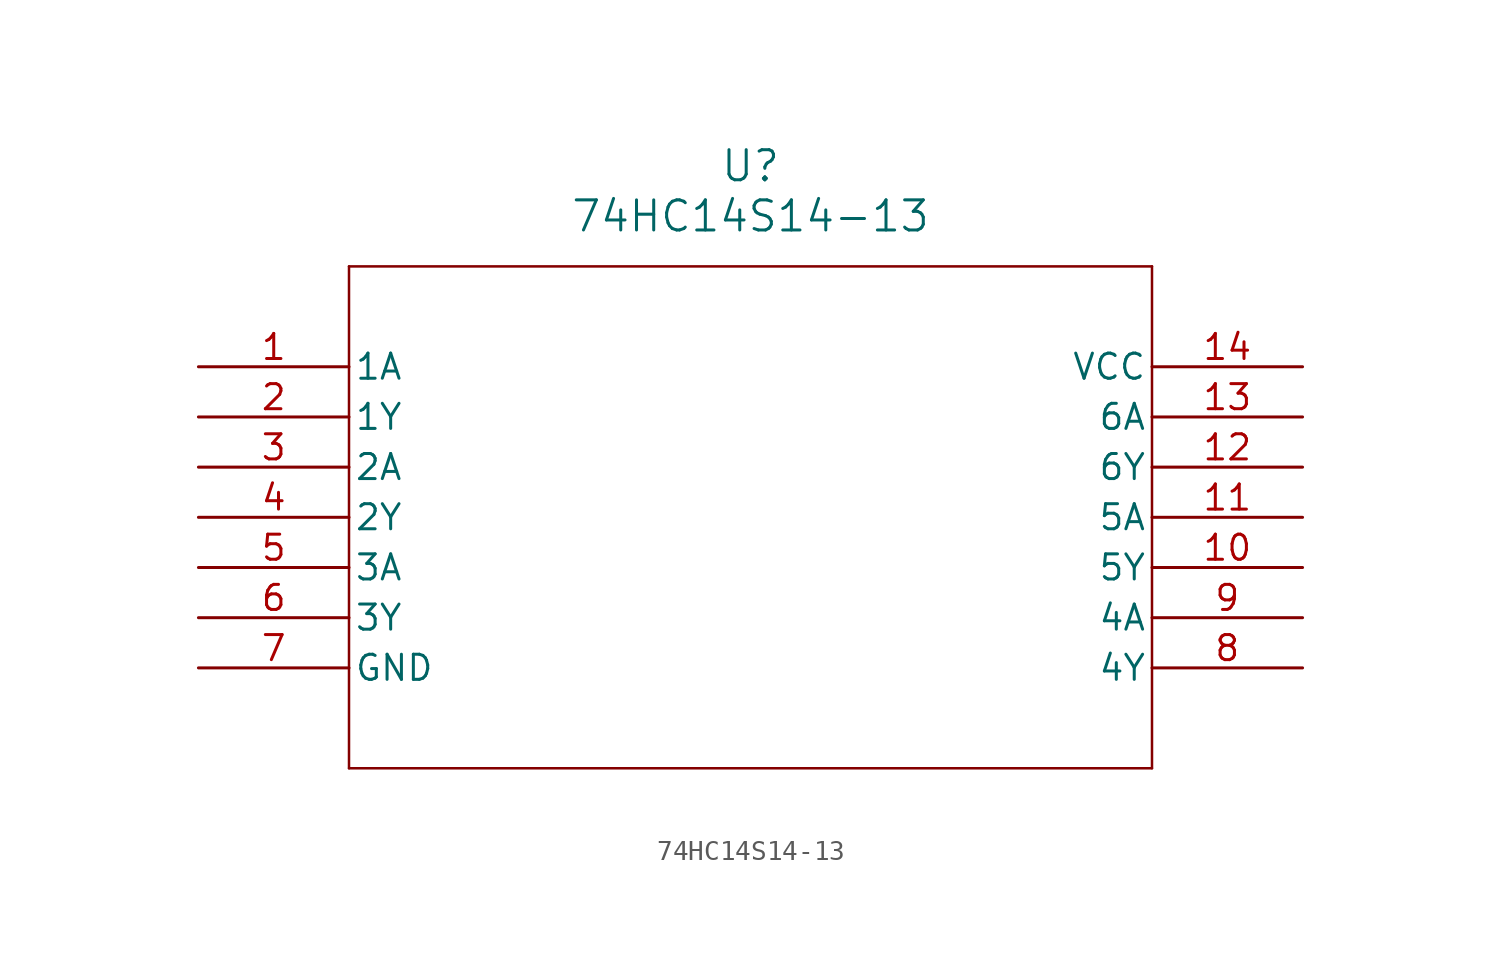
<source format=kicad_sym>
(kicad_symbol_lib
  (version 20211014)
  (generator kicad_symbol_editor)
  (symbol "74HC14S14-13"
    (pin_names
      (offset 0.254))
    (property "Reference" "U"
      (at 27.94 10.16 0)
      (effects (font (size 1.524 1.524))))
    (property "Value" "74HC14S14-13"
      (at 27.94 7.62 0)
      (effects (font (size 1.524 1.524))))
    (symbol "74HC14S14-13_0_1"
      (polyline (pts (xy 7.62 5.08) (xy 7.62 -20.32)) (stroke (width 0.127) (type default) (color 0 0 0 0)) (fill (type none)))
      (polyline (pts (xy 7.62 -20.32) (xy 48.26 -20.32)) (stroke (width 0.127) (type default) (color 0 0 0 0)) (fill (type none)))
      (polyline (pts (xy 48.26 -20.32) (xy 48.26 5.08)) (stroke (width 0.127) (type default) (color 0 0 0 0)) (fill (type none)))
      (polyline (pts (xy 48.26 5.08) (xy 7.62 5.08)) (stroke (width 0.127) (type default) (color 0 0 0 0)) (fill (type none)))
      (pin input line (at 0 0 0) (length 7.62) (name "1A" (effects (font (size 1.27 1.27)))) (number "1" (effects (font (size 1.27 1.27)))))
      (pin output line (at 0 -2.54 0) (length 7.62) (name "1Y" (effects (font (size 1.27 1.27)))) (number "2" (effects (font (size 1.27 1.27)))))
      (pin input line (at 0 -5.08 0) (length 7.62) (name "2A" (effects (font (size 1.27 1.27)))) (number "3" (effects (font (size 1.27 1.27)))))
      (pin output line (at 0 -7.62 0) (length 7.62) (name "2Y" (effects (font (size 1.27 1.27)))) (number "4" (effects (font (size 1.27 1.27)))))
      (pin input line (at 0 -10.16 0) (length 7.62) (name "3A" (effects (font (size 1.27 1.27)))) (number "5" (effects (font (size 1.27 1.27)))))
      (pin output line (at 0 -12.7 0) (length 7.62) (name "3Y" (effects (font (size 1.27 1.27)))) (number "6" (effects (font (size 1.27 1.27)))))
      (pin power_in line (at 0 -15.24 0) (length 7.62) (name "GND" (effects (font (size 1.27 1.27)))) (number "7" (effects (font (size 1.27 1.27)))))
      (pin output line (at 55.88 -15.24 180) (length 7.62) (name "4Y" (effects (font (size 1.27 1.27)))) (number "8" (effects (font (size 1.27 1.27)))))
      (pin input line (at 55.88 -12.7 180) (length 7.62) (name "4A" (effects (font (size 1.27 1.27)))) (number "9" (effects (font (size 1.27 1.27)))))
      (pin output line (at 55.88 -10.16 180) (length 7.62) (name "5Y" (effects (font (size 1.27 1.27)))) (number "10" (effects (font (size 1.27 1.27)))))
      (pin input line (at 55.88 -7.62 180) (length 7.62) (name "5A" (effects (font (size 1.27 1.27)))) (number "11" (effects (font (size 1.27 1.27)))))
      (pin output line (at 55.88 -5.08 180) (length 7.62) (name "6Y" (effects (font (size 1.27 1.27)))) (number "12" (effects (font (size 1.27 1.27)))))
      (pin input line (at 55.88 -2.54 180) (length 7.62) (name "6A" (effects (font (size 1.27 1.27)))) (number "13" (effects (font (size 1.27 1.27)))))
      (pin power_in line (at 55.88 0 180) (length 7.62) (name "VCC" (effects (font (size 1.27 1.27)))) (number "14" (effects (font (size 1.27 1.27))))))))
</source>
